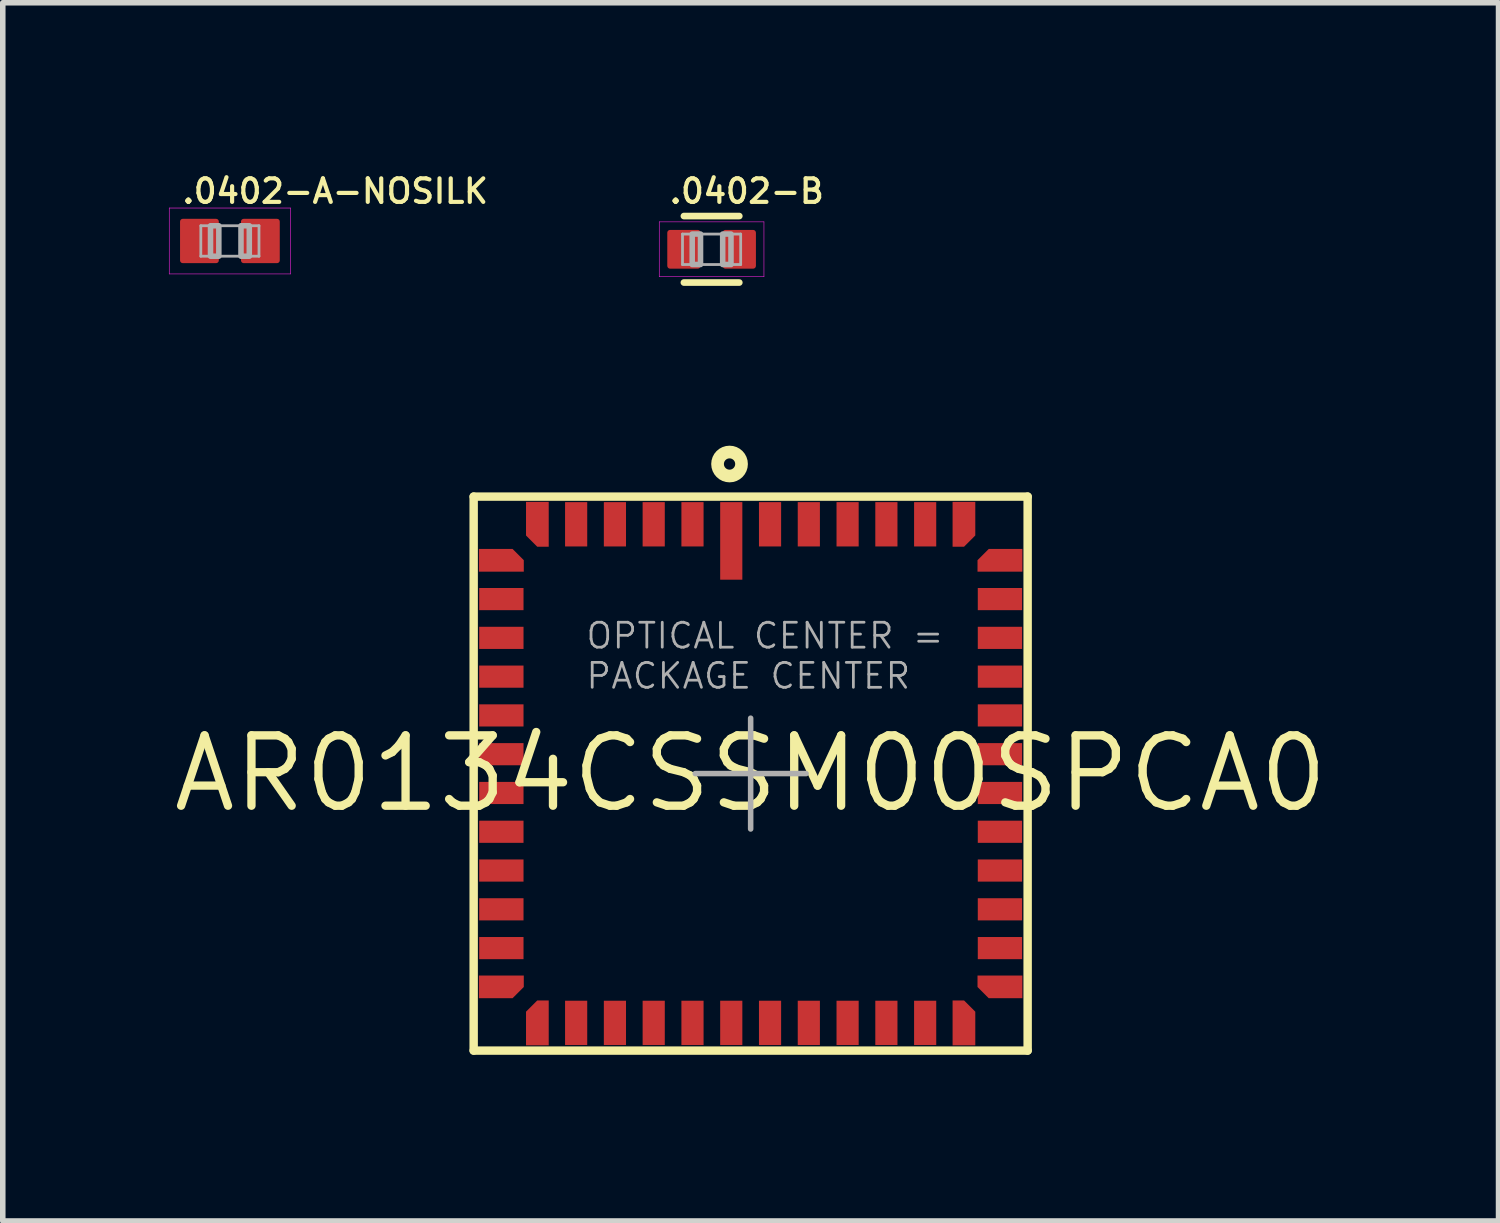
<source format=kicad_pcb>
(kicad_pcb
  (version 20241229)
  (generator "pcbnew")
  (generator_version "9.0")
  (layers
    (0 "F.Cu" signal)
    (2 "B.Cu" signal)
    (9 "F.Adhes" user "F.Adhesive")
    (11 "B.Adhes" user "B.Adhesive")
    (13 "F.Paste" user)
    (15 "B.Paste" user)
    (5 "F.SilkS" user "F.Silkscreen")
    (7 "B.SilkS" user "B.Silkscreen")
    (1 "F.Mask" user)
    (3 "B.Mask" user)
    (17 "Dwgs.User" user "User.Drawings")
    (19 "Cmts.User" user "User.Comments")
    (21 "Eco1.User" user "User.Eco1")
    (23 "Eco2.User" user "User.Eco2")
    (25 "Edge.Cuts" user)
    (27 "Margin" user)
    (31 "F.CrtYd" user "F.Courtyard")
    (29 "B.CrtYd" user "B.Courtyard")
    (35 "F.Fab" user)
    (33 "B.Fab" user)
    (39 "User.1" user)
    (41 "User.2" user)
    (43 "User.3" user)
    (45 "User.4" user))
  (footprint ".0402-A-NOSILK"
    (layer "F.Cu")
    (at 1.1 1.3)
    (property "Reference" ".0402-A-NOSILK" (at -0.9 -0.65 0) (unlocked yes) (layer "F.SilkS") (effects (font (size 0.425 0.425) (thickness 0.075)) (justify left bottom)))
    (fp_poly (pts (xy -0.96 0.46) (xy -0.14 0.46) (xy -0.14 -0.46) (xy -0.96 -0.46)) (stroke (width 0) (type default)) (fill yes) (layer "F.Mask"))
    (fp_poly (pts (xy 0.14 0.46) (xy 0.96 0.46) (xy 0.96 -0.46) (xy 0.14 -0.46)) (stroke (width 0) (type default)) (fill yes) (layer "F.Mask"))
    (fp_line (start -1.095 -0.595) (end -1.095 0.595) (stroke (width 0.01) (type solid)) (layer "F.CrtYd"))
    (fp_line (start -1.095 0.595) (end 1.095 0.595) (stroke (width 0.01) (type solid)) (layer "F.CrtYd"))
    (fp_line (start 1.095 -0.595) (end -1.095 -0.595) (stroke (width 0.01) (type solid)) (layer "F.CrtYd"))
    (fp_line (start 1.095 0.595) (end 1.095 -0.595) (stroke (width 0.01) (type solid)) (layer "F.CrtYd"))
    (fp_line (start -0.525 -0.275) (end 0.525 -0.275) (stroke (width 0.05) (type solid)) (layer "F.Fab"))
    (fp_line (start -0.525 0.275) (end -0.525 -0.275) (stroke (width 0.05) (type solid)) (layer "F.Fab"))
    (fp_line (start 0.525 -0.275) (end 0.525 0.275) (stroke (width 0.05) (type solid)) (layer "F.Fab"))
    (fp_line (start 0.525 0.275) (end -0.525 0.275) (stroke (width 0.05) (type solid)) (layer "F.Fab"))
    (fp_poly (pts (xy -0.35 0.275) (xy -0.2 0.275) (xy -0.2 -0.275) (xy -0.35 -0.275)) (stroke (width 0.1) (type default)) (fill no) (layer "F.Fab"))
    (fp_poly (pts (xy 0.2 0.275) (xy 0.35 0.275) (xy 0.35 -0.275) (xy 0.2 -0.275)) (stroke (width 0.1) (type default)) (fill no) (layer "F.Fab"))
    (pad "1" smd roundrect (at -0.55 0) (size 0.7 0.8) (layers "F.Cu" "F.Paste") (roundrect_rratio 0.07))
    (pad "2" smd roundrect (at 0.55 0) (size 0.7 0.8) (layers "F.Cu" "F.Paste") (roundrect_rratio 0.07)))
  (footprint ".0402-B"
    (layer "F.Cu")
    (at 9.795 1.45)
    (property "Reference" ".0402-B" (at -0.8 -0.8 0) (unlocked yes) (layer "F.SilkS") (effects (font (size 0.425 0.425) (thickness 0.075)) (justify left bottom)))
    (fp_poly (pts (xy -0.86 0.41) (xy -0.14 0.41) (xy -0.14 -0.41) (xy -0.86 -0.41)) (stroke (width 0) (type default)) (fill yes) (layer "F.Mask"))
    (fp_poly (pts (xy 0.14 0.41) (xy 0.86 0.41) (xy 0.86 -0.41) (xy 0.14 -0.41)) (stroke (width 0) (type default)) (fill yes) (layer "F.Mask"))
    (fp_line (start -0.5 0.6) (end 0.5 0.6) (stroke (width 0.12) (type solid)) (layer "F.SilkS"))
    (fp_line (start 0.5 -0.6) (end -0.5 -0.6) (stroke (width 0.12) (type solid)) (layer "F.SilkS"))
    (fp_line (start -0.945 -0.495) (end -0.945 0.495) (stroke (width 0.01) (type solid)) (layer "F.CrtYd"))
    (fp_line (start -0.945 0.495) (end 0.945 0.495) (stroke (width 0.01) (type solid)) (layer "F.CrtYd"))
    (fp_line (start 0.945 -0.495) (end -0.945 -0.495) (stroke (width 0.01) (type solid)) (layer "F.CrtYd"))
    (fp_line (start 0.945 0.495) (end 0.945 -0.495) (stroke (width 0.01) (type solid)) (layer "F.CrtYd"))
    (fp_line (start -0.525 -0.275) (end 0.525 -0.275) (stroke (width 0.05) (type solid)) (layer "F.Fab"))
    (fp_line (start -0.525 0.275) (end -0.525 -0.275) (stroke (width 0.05) (type solid)) (layer "F.Fab"))
    (fp_line (start 0.525 -0.275) (end 0.525 0.275) (stroke (width 0.05) (type solid)) (layer "F.Fab"))
    (fp_line (start 0.525 0.275) (end -0.525 0.275) (stroke (width 0.05) (type solid)) (layer "F.Fab"))
    (fp_poly (pts (xy -0.35 0.275) (xy -0.2 0.275) (xy -0.2 -0.275) (xy -0.35 -0.275)) (stroke (width 0.1) (type default)) (fill no) (layer "F.Fab"))
    (fp_poly (pts (xy 0.2 0.275) (xy 0.35 0.275) (xy 0.35 -0.275) (xy 0.2 -0.275)) (stroke (width 0.1) (type default)) (fill no) (layer "F.Fab"))
    (pad "1" smd roundrect (at -0.5 0) (size 0.6 0.7) (layers "F.Cu" "F.Paste") (roundrect_rratio 0.085))
    (pad "2" smd roundrect (at 0.5 0) (size 0.6 0.7) (layers "F.Cu" "F.Paste") (roundrect_rratio 0.085)))
  (footprint "AR0134CSSM00SPCA0"
    (layer "F.Cu")
    (at 10.5 10.914)
    (property "Reference" "AR0134CSSM00SPCA0" (at 0 0 0) (layer "F.SilkS") (effects (font (size 1.27 1.27) (thickness 0.15))))
    (fp_poly (pts (xy -4.095 -3.852) (xy -4.095 -3.645) (xy -4.905 -3.645) (xy -4.905 -4.055) (xy -4.298 -4.055)) (stroke (width 0) (type default)) (fill yes) (layer "F.Cu"))
    (fp_poly (pts (xy -4.095 3.852) (xy -4.298 4.055) (xy -4.905 4.055) (xy -4.905 3.645) (xy -4.095 3.645)) (stroke (width 0) (type default)) (fill yes) (layer "F.Cu"))
    (fp_poly (pts (xy -3.645 -4.095) (xy -3.852 -4.095) (xy -4.055 -4.298) (xy -4.055 -4.905) (xy -3.645 -4.905)) (stroke (width 0) (type default)) (fill yes) (layer "F.Cu"))
    (fp_poly (pts (xy -3.645 4.905) (xy -4.055 4.905) (xy -4.055 4.298) (xy -3.852 4.095) (xy -3.645 4.095)) (stroke (width 0) (type default)) (fill yes) (layer "F.Cu"))
    (fp_poly (pts (xy 4.055 -4.298) (xy 3.852 -4.095) (xy 3.645 -4.095) (xy 3.645 -4.905) (xy 4.055 -4.905)) (stroke (width 0) (type default)) (fill yes) (layer "F.Cu"))
    (fp_poly (pts (xy 4.055 4.298) (xy 4.055 4.905) (xy 3.645 4.905) (xy 3.645 4.095) (xy 3.852 4.095)) (stroke (width 0) (type default)) (fill yes) (layer "F.Cu"))
    (fp_poly (pts (xy 4.905 -3.645) (xy 4.095 -3.645) (xy 4.095 -3.852) (xy 4.298 -4.055) (xy 4.905 -4.055)) (stroke (width 0) (type default)) (fill yes) (layer "F.Cu"))
    (fp_poly (pts (xy 4.905 4.055) (xy 4.298 4.055) (xy 4.095 3.852) (xy 4.095 3.645) (xy 4.905 3.645)) (stroke (width 0) (type default)) (fill yes) (layer "F.Cu"))
    (fp_poly (pts (xy -4.025 -3.881) (xy -4.025 -3.575) (xy -4.975 -3.575) (xy -4.975 -4.125) (xy -4.269 -4.125)) (stroke (width 0) (type default)) (fill yes) (layer "F.Mask"))
    (fp_poly (pts (xy -4.025 3.881) (xy -4.269 4.125) (xy -4.975 4.125) (xy -4.975 3.575) (xy -4.025 3.575)) (stroke (width 0) (type default)) (fill yes) (layer "F.Mask"))
    (fp_poly (pts (xy -3.575 -4.025) (xy -3.881 -4.025) (xy -4.125 -4.269) (xy -4.125 -4.975) (xy -3.575 -4.975)) (stroke (width 0) (type default)) (fill yes) (layer "F.Mask"))
    (fp_poly (pts (xy -3.575 4.975) (xy -4.125 4.975) (xy -4.125 4.269) (xy -3.881 4.025) (xy -3.575 4.025)) (stroke (width 0) (type default)) (fill yes) (layer "F.Mask"))
    (fp_poly (pts (xy 4.125 -4.269) (xy 3.881 -4.025) (xy 3.575 -4.025) (xy 3.575 -4.975) (xy 4.125 -4.975)) (stroke (width 0) (type default)) (fill yes) (layer "F.Mask"))
    (fp_poly (pts (xy 4.125 4.269) (xy 4.125 4.975) (xy 3.575 4.975) (xy 3.575 4.025) (xy 3.881 4.025)) (stroke (width 0) (type default)) (fill yes) (layer "F.Mask"))
    (fp_poly (pts (xy 4.975 -3.575) (xy 4.025 -3.575) (xy 4.025 -3.881) (xy 4.269 -4.125) (xy 4.975 -4.125)) (stroke (width 0) (type default)) (fill yes) (layer "F.Mask"))
    (fp_poly (pts (xy 4.975 4.125) (xy 4.269 4.125) (xy 4.025 3.881) (xy 4.025 3.575) (xy 4.975 3.575)) (stroke (width 0) (type default)) (fill yes) (layer "F.Mask"))
    (fp_line (start -5 -5) (end -5 5) (stroke (width 0.152) (type solid)) (layer "F.SilkS"))
    (fp_line (start -5 5) (end 5 5) (stroke (width 0.152) (type solid)) (layer "F.SilkS"))
    (fp_line (start 5 -5) (end -5 -5) (stroke (width 0.152) (type solid)) (layer "F.SilkS"))
    (fp_line (start 5 5) (end 5 -5) (stroke (width 0.152) (type solid)) (layer "F.SilkS"))
    (fp_circle (center -0.381 -5.588) (end -0.279 -5.588) (stroke (width 0.229) (type solid)) (fill no) (layer "F.SilkS"))
    (fp_poly (pts (xy -4.095 -3.852) (xy -4.095 -3.645) (xy -4.905 -3.645) (xy -4.905 -4.055) (xy -4.298 -4.055)) (stroke (width 0) (type default)) (fill yes) (layer "F.Paste"))
    (fp_poly (pts (xy -4.095 3.852) (xy -4.298 4.055) (xy -4.905 4.055) (xy -4.905 3.645) (xy -4.095 3.645)) (stroke (width 0) (type default)) (fill yes) (layer "F.Paste"))
    (fp_poly (pts (xy -3.645 -4.095) (xy -3.852 -4.095) (xy -4.055 -4.298) (xy -4.055 -4.905) (xy -3.645 -4.905)) (stroke (width 0) (type default)) (fill yes) (layer "F.Paste"))
    (fp_poly (pts (xy -3.645 4.905) (xy -4.055 4.905) (xy -4.055 4.298) (xy -3.852 4.095) (xy -3.645 4.095)) (stroke (width 0) (type default)) (fill yes) (layer "F.Paste"))
    (fp_poly (pts (xy 4.055 -4.298) (xy 3.852 -4.095) (xy 3.645 -4.095) (xy 3.645 -4.905) (xy 4.055 -4.905)) (stroke (width 0) (type default)) (fill yes) (layer "F.Paste"))
    (fp_poly (pts (xy 4.055 4.298) (xy 4.055 4.905) (xy 3.645 4.905) (xy 3.645 4.095) (xy 3.852 4.095)) (stroke (width 0) (type default)) (fill yes) (layer "F.Paste"))
    (fp_poly (pts (xy 4.905 -3.645) (xy 4.095 -3.645) (xy 4.095 -3.852) (xy 4.298 -4.055) (xy 4.905 -4.055)) (stroke (width 0) (type default)) (fill yes) (layer "F.Paste"))
    (fp_poly (pts (xy 4.905 4.055) (xy 4.298 4.055) (xy 4.095 3.852) (xy 4.095 3.645) (xy 4.905 3.645)) (stroke (width 0) (type default)) (fill yes) (layer "F.Paste"))
    (fp_line (start 0 -1) (end 0 1) (stroke (width 0.1) (type solid)) (layer "F.Fab"))
    (fp_line (start 1 0) (end -1 0) (stroke (width 0.1) (type solid)) (layer "F.Fab"))
    (fp_text user "OPTICAL CENTER =\nPACKAGE CENTER" (at -3 -1.5 0) (unlocked yes) (layer "F.Fab") (effects (font (size 0.45 0.45) (thickness 0.05)) (justify left bottom)))
    (pad "1" smd rect (at -0.35 -4.2) (size 0.4 1.4) (layers "F.Cu" "F.Mask" "F.Paste"))
    (pad "2" smd rect (at -1.05 -4.5) (size 0.4 0.8) (layers "F.Cu" "F.Mask" "F.Paste"))
    (pad "3" smd rect (at -1.75 -4.5) (size 0.4 0.8) (layers "F.Cu" "F.Mask" "F.Paste"))
    (pad "4" smd rect (at -2.45 -4.5) (size 0.4 0.8) (layers "F.Cu" "F.Mask" "F.Paste"))
    (pad "5" smd rect (at -3.15 -4.5) (size 0.4 0.8) (layers "F.Cu" "F.Mask" "F.Paste"))
    (pad "6" smd rect (at -3.85 -4.5) (size 0.3 0.5) (layers "F.Cu"))
    (pad "7" smd rect (at -4.5 -3.85) (size 0.5 0.3) (layers "F.Cu" "F.Paste"))
    (pad "8" smd rect (at -4.5 -3.15) (size 0.8 0.4) (layers "F.Cu" "F.Mask" "F.Paste"))
    (pad "9" smd rect (at -4.5 -2.45) (size 0.8 0.4) (layers "F.Cu" "F.Mask" "F.Paste"))
    (pad "10" smd rect (at -4.5 -1.75) (size 0.8 0.4) (layers "F.Cu" "F.Mask" "F.Paste"))
    (pad "11" smd rect (at -4.5 -1.05) (size 0.8 0.4) (layers "F.Cu" "F.Mask" "F.Paste"))
    (pad "12" smd rect (at -4.5 -0.35) (size 0.8 0.4) (layers "F.Cu" "F.Mask" "F.Paste"))
    (pad "13" smd rect (at -4.5 0.35) (size 0.8 0.4) (layers "F.Cu" "F.Mask" "F.Paste"))
    (pad "14" smd rect (at -4.5 1.05) (size 0.8 0.4) (layers "F.Cu" "F.Mask" "F.Paste"))
    (pad "15" smd rect (at -4.5 1.75) (size 0.8 0.4) (layers "F.Cu" "F.Mask" "F.Paste"))
    (pad "16" smd rect (at -4.5 2.45) (size 0.8 0.4) (layers "F.Cu" "F.Mask" "F.Paste"))
    (pad "17" smd rect (at -4.5 3.15) (size 0.8 0.4) (layers "F.Cu" "F.Mask" "F.Paste"))
    (pad "18" smd rect (at -4.5 3.85) (size 0.5 0.3) (layers "F.Cu"))
    (pad "19" smd rect (at -3.85 4.5) (size 0.3 0.5) (layers "F.Cu"))
    (pad "20" smd rect (at -3.15 4.5) (size 0.4 0.8) (layers "F.Cu" "F.Mask" "F.Paste"))
    (pad "21" smd rect (at -2.45 4.5) (size 0.4 0.8) (layers "F.Cu" "F.Mask" "F.Paste"))
    (pad "22" smd rect (at -1.75 4.5) (size 0.4 0.8) (layers "F.Cu" "F.Mask" "F.Paste"))
    (pad "23" smd rect (at -1.05 4.5) (size 0.4 0.8) (layers "F.Cu" "F.Mask" "F.Paste"))
    (pad "24" smd rect (at -0.35 4.5) (size 0.4 0.8) (layers "F.Cu" "F.Mask" "F.Paste"))
    (pad "25" smd rect (at 0.35 4.5) (size 0.4 0.8) (layers "F.Cu" "F.Mask" "F.Paste"))
    (pad "26" smd rect (at 1.05 4.5) (size 0.4 0.8) (layers "F.Cu" "F.Mask" "F.Paste"))
    (pad "27" smd rect (at 1.75 4.5) (size 0.4 0.8) (layers "F.Cu" "F.Mask" "F.Paste"))
    (pad "28" smd rect (at 2.45 4.5) (size 0.4 0.8) (layers "F.Cu" "F.Mask" "F.Paste"))
    (pad "29" smd rect (at 3.15 4.5) (size 0.4 0.8) (layers "F.Cu" "F.Mask" "F.Paste"))
    (pad "30" smd rect (at 3.85 4.5) (size 0.3 0.5) (layers "F.Cu"))
    (pad "31" smd rect (at 4.5 3.85) (size 0.5 0.3) (layers "F.Cu"))
    (pad "32" smd rect (at 4.5 3.15) (size 0.8 0.4) (layers "F.Cu" "F.Mask" "F.Paste"))
    (pad "33" smd rect (at 4.5 2.45) (size 0.8 0.4) (layers "F.Cu" "F.Mask" "F.Paste"))
    (pad "34" smd rect (at 4.5 1.75) (size 0.8 0.4) (layers "F.Cu" "F.Mask" "F.Paste"))
    (pad "35" smd rect (at 4.5 1.05) (size 0.8 0.4) (layers "F.Cu" "F.Mask" "F.Paste"))
    (pad "36" smd rect (at 4.5 0.35) (size 0.8 0.4) (layers "F.Cu" "F.Mask" "F.Paste"))
    (pad "37" smd rect (at 4.5 -0.35) (size 0.8 0.4) (layers "F.Cu" "F.Mask" "F.Paste"))
    (pad "38" smd rect (at 4.5 -1.05) (size 0.8 0.4) (layers "F.Cu" "F.Mask" "F.Paste"))
    (pad "39" smd rect (at 4.5 -1.75) (size 0.8 0.4) (layers "F.Cu" "F.Mask" "F.Paste"))
    (pad "40" smd rect (at 4.5 -2.45) (size 0.8 0.4) (layers "F.Cu" "F.Mask" "F.Paste"))
    (pad "41" smd rect (at 4.5 -3.15) (size 0.8 0.4) (layers "F.Cu" "F.Mask" "F.Paste"))
    (pad "42" smd rect (at 4.5 -3.85) (size 0.5 0.3) (layers "F.Cu"))
    (pad "43" smd rect (at 3.85 -4.5) (size 0.3 0.5) (layers "F.Cu"))
    (pad "44" smd rect (at 3.15 -4.5) (size 0.4 0.8) (layers "F.Cu" "F.Mask" "F.Paste"))
    (pad "45" smd rect (at 2.45 -4.5) (size 0.4 0.8) (layers "F.Cu" "F.Mask" "F.Paste"))
    (pad "46" smd rect (at 1.75 -4.5) (size 0.4 0.8) (layers "F.Cu" "F.Mask" "F.Paste"))
    (pad "47" smd rect (at 1.05 -4.5) (size 0.4 0.8) (layers "F.Cu" "F.Mask" "F.Paste"))
    (pad "48" smd rect (at 0.35 -4.5) (size 0.4 0.8) (layers "F.Cu" "F.Mask" "F.Paste")))
  (gr_rect
    (start -3 -3)
    (end 24 18.99)
    (stroke (width 0.1) (type default))
    (fill no)
    (layer "Edge.Cuts")))
</source>
